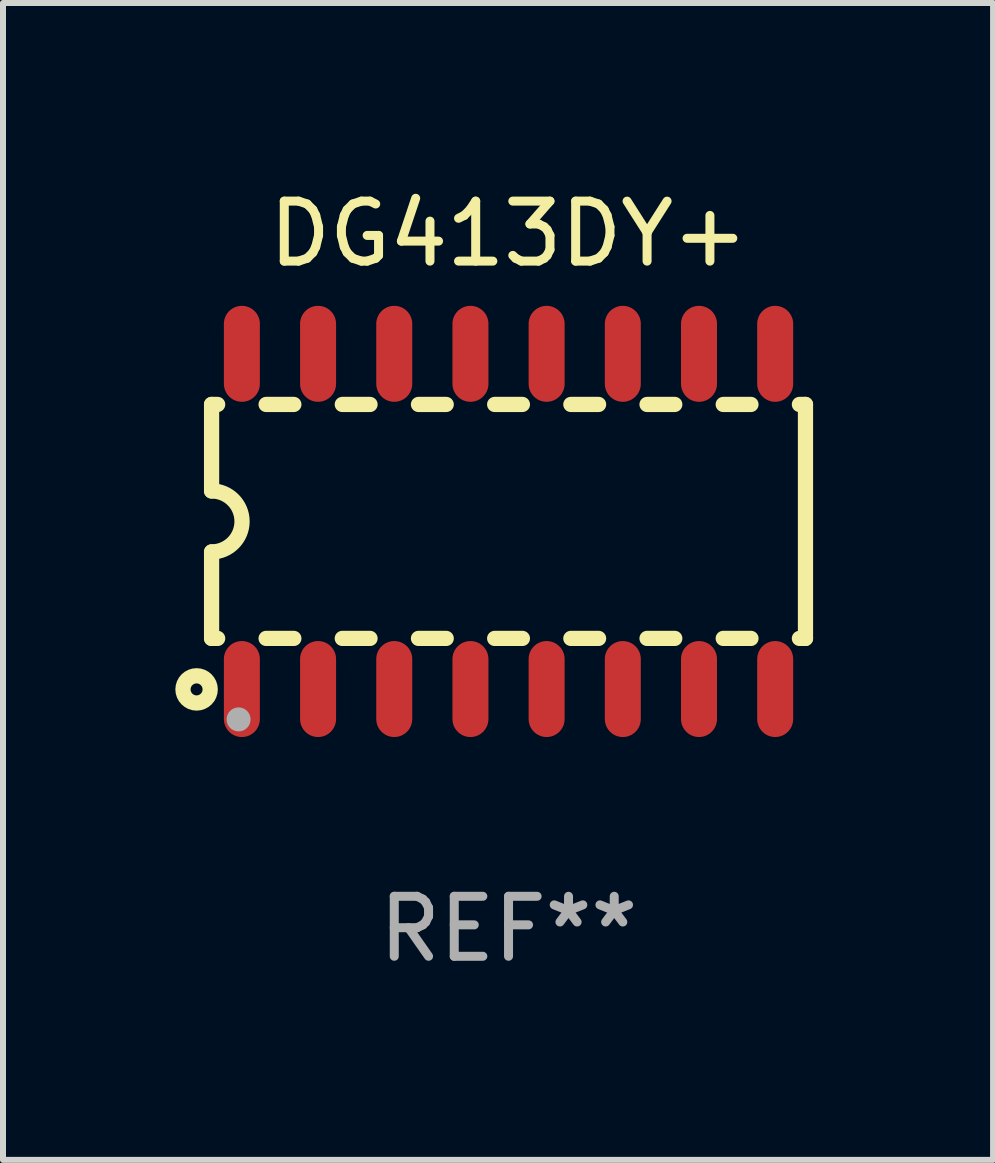
<source format=kicad_pcb>
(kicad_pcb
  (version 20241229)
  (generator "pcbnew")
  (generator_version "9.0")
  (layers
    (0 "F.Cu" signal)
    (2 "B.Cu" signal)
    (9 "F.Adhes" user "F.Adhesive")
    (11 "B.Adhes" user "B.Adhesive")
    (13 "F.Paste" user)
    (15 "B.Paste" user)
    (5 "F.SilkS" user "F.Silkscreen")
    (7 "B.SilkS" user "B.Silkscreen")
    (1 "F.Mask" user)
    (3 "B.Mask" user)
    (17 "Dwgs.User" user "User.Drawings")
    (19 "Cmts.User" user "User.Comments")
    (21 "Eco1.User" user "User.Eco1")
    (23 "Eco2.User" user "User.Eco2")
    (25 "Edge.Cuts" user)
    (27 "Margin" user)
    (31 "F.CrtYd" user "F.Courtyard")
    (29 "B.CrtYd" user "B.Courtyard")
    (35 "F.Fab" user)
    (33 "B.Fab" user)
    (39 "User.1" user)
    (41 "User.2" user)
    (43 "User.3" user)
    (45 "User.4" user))
  (footprint "DG413DY+"
    (layer "F.Cu")
    (at 5.427 5.642)
    (property "Reference" "DG413DY+" (at 0 -4.794 0) (layer "F.SilkS") (effects (font (size 1 1) (thickness 0.15))))
    (attr through_hole)
    (fp_line (start -4.95 -1.95) (end -4.95 -0.508) (stroke (width 0.254) (type solid)) (layer "F.SilkS"))
    (fp_line (start -4.95 -1.95) (end -4.849 -1.95) (stroke (width 0.254) (type solid)) (layer "F.SilkS"))
    (fp_line (start -4.95 1.95) (end -4.95 0.508) (stroke (width 0.254) (type solid)) (layer "F.SilkS"))
    (fp_line (start -4.95 1.95) (end -4.849 1.95) (stroke (width 0.254) (type solid)) (layer "F.SilkS"))
    (fp_line (start -4.041 -1.95) (end -3.579 -1.95) (stroke (width 0.254) (type solid)) (layer "F.SilkS"))
    (fp_line (start -4.041 1.95) (end -3.579 1.95) (stroke (width 0.254) (type solid)) (layer "F.SilkS"))
    (fp_line (start -2.771 -1.95) (end -2.309 -1.95) (stroke (width 0.254) (type solid)) (layer "F.SilkS"))
    (fp_line (start -2.771 1.95) (end -2.309 1.95) (stroke (width 0.254) (type solid)) (layer "F.SilkS"))
    (fp_line (start -1.501 -1.95) (end -1.039 -1.95) (stroke (width 0.254) (type solid)) (layer "F.SilkS"))
    (fp_line (start -1.501 1.95) (end -1.039 1.95) (stroke (width 0.254) (type solid)) (layer "F.SilkS"))
    (fp_line (start -0.231 -1.95) (end 0.231 -1.95) (stroke (width 0.254) (type solid)) (layer "F.SilkS"))
    (fp_line (start -0.231 1.95) (end 0.231 1.95) (stroke (width 0.254) (type solid)) (layer "F.SilkS"))
    (fp_line (start 1.039 -1.95) (end 1.501 -1.95) (stroke (width 0.254) (type solid)) (layer "F.SilkS"))
    (fp_line (start 1.039 1.95) (end 1.501 1.95) (stroke (width 0.254) (type solid)) (layer "F.SilkS"))
    (fp_line (start 2.309 -1.95) (end 2.771 -1.95) (stroke (width 0.254) (type solid)) (layer "F.SilkS"))
    (fp_line (start 2.309 1.95) (end 2.771 1.95) (stroke (width 0.254) (type solid)) (layer "F.SilkS"))
    (fp_line (start 3.579 -1.95) (end 4.041 -1.95) (stroke (width 0.254) (type solid)) (layer "F.SilkS"))
    (fp_line (start 3.579 1.95) (end 4.041 1.95) (stroke (width 0.254) (type solid)) (layer "F.SilkS"))
    (fp_line (start 4.849 -1.95) (end 4.95 -1.95) (stroke (width 0.254) (type solid)) (layer "F.SilkS"))
    (fp_line (start 4.849 1.95) (end 4.95 1.95) (stroke (width 0.254) (type solid)) (layer "F.SilkS"))
    (fp_line (start 4.95 -1.95) (end 4.95 1.95) (stroke (width 0.254) (type solid)) (layer "F.SilkS"))
    (fp_arc (start -4.95047 -0.508001) (mid -4.442469 -0.000228) (end -4.950013 0.508001) (stroke (width 0.254001) (type solid)) (layer "F.SilkS"))
    (fp_circle (center -5.2 2.8) (end -5.1 2.8) (stroke (width 0.254) (type solid)) (fill no) (layer "F.SilkS"))
    (fp_circle (center -4.95 2.947) (end -4.92 2.947) (stroke (width 0.06) (type solid)) (fill no) (layer "F.SilkS"))
    (fp_circle (center -4.5 3.3) (end -4.4 3.3) (stroke (width 0.2) (type solid)) (fill no) (layer "F.Fab"))
    (fp_text user "REF**" (at 0 6.794 0) (layer "F.Fab") (effects (font (size 1 1) (thickness 0.15))))
    (pad "1" smd oval (at -4.445 2.794) (size 0.6 1.6) (layers "F.Cu" "F.Mask" "F.Paste"))
    (pad "2" smd oval (at -3.175 2.794) (size 0.6 1.6) (layers "F.Cu" "F.Mask" "F.Paste"))
    (pad "3" smd oval (at -1.905 2.794) (size 0.6 1.6) (layers "F.Cu" "F.Mask" "F.Paste"))
    (pad "4" smd oval (at -0.635 2.794) (size 0.6 1.6) (layers "F.Cu" "F.Mask" "F.Paste"))
    (pad "5" smd oval (at 0.635 2.794) (size 0.6 1.6) (layers "F.Cu" "F.Mask" "F.Paste"))
    (pad "6" smd oval (at 1.905 2.794) (size 0.6 1.6) (layers "F.Cu" "F.Mask" "F.Paste"))
    (pad "7" smd oval (at 3.175 2.794) (size 0.6 1.6) (layers "F.Cu" "F.Mask" "F.Paste"))
    (pad "8" smd oval (at 4.445 2.794) (size 0.6 1.6) (layers "F.Cu" "F.Mask" "F.Paste"))
    (pad "9" smd oval (at 4.445 -2.794) (size 0.6 1.6) (layers "F.Cu" "F.Mask" "F.Paste"))
    (pad "10" smd oval (at 3.175 -2.794) (size 0.6 1.6) (layers "F.Cu" "F.Mask" "F.Paste"))
    (pad "11" smd oval (at 1.905 -2.794) (size 0.6 1.6) (layers "F.Cu" "F.Mask" "F.Paste"))
    (pad "12" smd oval (at 0.635 -2.794) (size 0.6 1.6) (layers "F.Cu" "F.Mask" "F.Paste"))
    (pad "13" smd oval (at -0.635 -2.794) (size 0.6 1.6) (layers "F.Cu" "F.Mask" "F.Paste"))
    (pad "14" smd oval (at -1.905 -2.794) (size 0.6 1.6) (layers "F.Cu" "F.Mask" "F.Paste"))
    (pad "15" smd oval (at -3.175 -2.794) (size 0.6 1.6) (layers "F.Cu" "F.Mask" "F.Paste"))
    (pad "16" smd oval (at -4.445 -2.794) (size 0.6 1.6) (layers "F.Cu" "F.Mask" "F.Paste")))
  (gr_rect
    (start -3 -3)
    (end 13.504 16.285)
    (stroke (width 0.1) (type default))
    (fill no)
    (layer "Edge.Cuts")))
</source>
